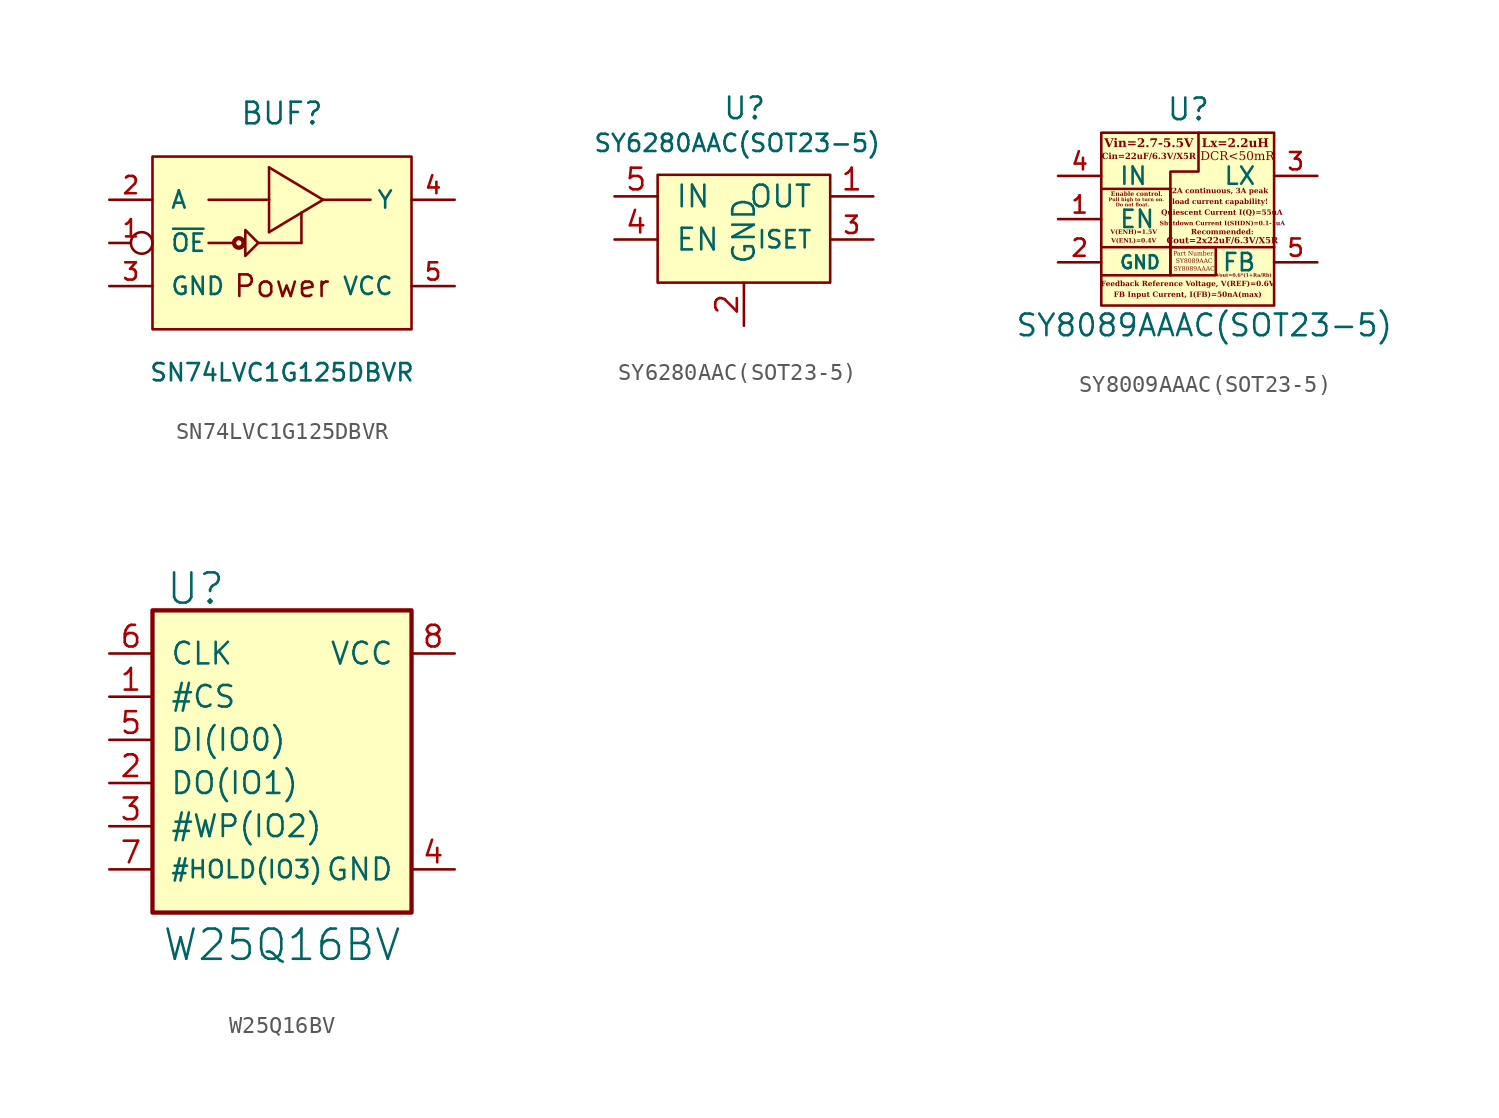
<source format=kicad_sym>
(kicad_symbol_lib
  (version 20220914)
  (generator kicad_symbol_editor)
  (symbol "SN74LVC1G125DBVR"
    (pin_names
      (offset 1.016))
    (property "Reference" "BUF"
      (at 0 7.62 0)
      (effects (font (size 1.27 1.27))))
    (property "Value" "SN74LVC1G125DBVR"
      (at 0 -7.62 0)
      (effects (font (size 1.016 1.016))))
    (symbol "SN74LVC1G125DBVR_0_1"
      (circle (center -2.54 0) (radius 0.279) (stroke (width 0.254) (type solid)) (fill (type none)))
      (polyline (pts (xy -2.921 0) (xy -4.318 0)) (stroke (width 0) (type solid)) (fill (type none)))
      (polyline (pts (xy -1.397 0) (xy -2.159 0.762) (xy -2.159 -0.762) (xy -1.397 0)) (stroke (width 0) (type solid)) (fill (type none))))
    (symbol "SN74LVC1G125DBVR_1_1"
      (rectangle (start -7.62 5.08) (end 7.62 -5.08) (stroke (width 0) (type solid)) (fill (type background)))
      (polyline (pts (xy -0.762 0.635) (xy 1.143 1.778)) (stroke (width 0) (type solid)) (fill (type none)))
      (polyline (pts (xy -0.762 2.54) (xy -4.318 2.54)) (stroke (width 0) (type solid)) (fill (type none)))
      (polyline (pts (xy -0.762 2.54) (xy -0.762 0.635)) (stroke (width 0) (type solid)) (fill (type none)))
      (polyline (pts (xy -0.762 4.445) (xy -0.762 2.54)) (stroke (width 0) (type solid)) (fill (type none)))
      (polyline (pts (xy -0.762 4.445) (xy 2.413 2.54)) (stroke (width 0) (type solid)) (fill (type none)))
      (polyline (pts (xy 1.143 0) (xy -1.397 0)) (stroke (width 0) (type solid)) (fill (type none)))
      (polyline (pts (xy 1.143 0) (xy 1.143 1.778)) (stroke (width 0) (type solid)) (fill (type none)))
      (polyline (pts (xy 1.143 1.778) (xy 2.413 2.54)) (stroke (width 0) (type solid)) (fill (type none)))
      (polyline (pts (xy 2.413 2.54) (xy 5.207 2.54)) (stroke (width 0) (type solid)) (fill (type none)))
      (text "Power" (at 0 -2.54 0) (effects (font (size 1.27 1.27))))
      (pin input inverted (at -10.16 0 0) (length 2.54) (name "~{OE}" (effects (font (size 1.016 1.016)))) (number "1" (effects (font (size 1.016 1.016)))))
      (pin input line (at -10.16 2.54 0) (length 2.54) (name "A" (effects (font (size 1.016 1.016)))) (number "2" (effects (font (size 1.016 1.016)))))
      (pin power_in line (at -10.16 -2.54 0) (length 2.54) (name "GND" (effects (font (size 1.016 1.016)))) (number "3" (effects (font (size 1.016 1.016)))))
      (pin output line (at 10.16 2.54 180) (length 2.54) (name "Y" (effects (font (size 1.016 1.016)))) (number "4" (effects (font (size 1.016 1.016)))))
      (pin power_in line (at 10.16 -2.54 180) (length 2.54) (name "VCC" (effects (font (size 1.016 1.016)))) (number "5" (effects (font (size 1.016 1.016)))))))
  (symbol "SY6280AAC(SOT23-5)"
    (pin_names
      (offset 1.016))
    (property "Reference" "U"
      (at -1.27 6.985 0)
      (effects (font (size 1.27 1.27)) (justify left bottom)))
    (property "Value" "SY6280AAC(SOT23-5)"
      (at -8.89 5.08 0)
      (effects (font (size 1.016 1.016)) (justify left bottom)))
    (property "Datasheet" ""
      (at 0 5.08 0)
      (effects (font (size 1.524 1.524))))
    (property "ki_locked" ""
      (at 0 0 0)
      (effects (font (size 1.27 1.27))))
    (symbol "SY6280AAC(SOT23-5)_0_1"
      (rectangle (start -5.08 3.81) (end 5.08 -2.54) (stroke (width 0) (type solid)) (fill (type background))))
    (symbol "SY6280AAC(SOT23-5)_1_1"
      (pin output line (at 7.62 2.54 180) (length 2.54) (name "OUT" (effects (font (size 1.27 1.27)))) (number "1" (effects (font (size 1.27 1.27)))))
      (pin power_in line (at 0 -5.08 90) (length 2.54) (name "GND" (effects (font (size 1.27 1.27)))) (number "2" (effects (font (size 1.27 1.27)))))
      (pin input line (at 7.62 0 180) (length 2.54) (name "ISET" (effects (font (size 1.016 1.016)))) (number "3" (effects (font (size 1.016 1.016)))))
      (pin input line (at -7.62 0 0) (length 2.54) (name "EN" (effects (font (size 1.27 1.27)))) (number "4" (effects (font (size 1.27 1.27)))))
      (pin power_in line (at -7.62 2.54 0) (length 2.54) (name "IN" (effects (font (size 1.27 1.27)))) (number "5" (effects (font (size 1.27 1.27)))))))
  (symbol "SY8009AAAC(SOT23-5)"
    (pin_names
      (offset 1.016))
    (property "Reference" "U"
      (at -1.27 5.715 0)
      (effects (font (size 1.27 1.27)) (justify left bottom)))
    (property "Value" "SY8089AAAC(SOT23-5)"
      (at -10.16 -6.985 0)
      (effects (font (size 1.27 1.27)) (justify left bottom)))
    (symbol "SY8009AAAC(SOT23-5)_0_0"
      (rectangle (start -1.016 -1.651) (end 1.651 -3.302) (stroke (width 0) (type solid)) (fill (type none)))
      (polyline (pts (xy -1.016 -1.651) (xy -1.016 -3.302) (xy -5.08 -3.302)) (stroke (width 0) (type solid)) (fill (type none)))
      (polyline (pts (xy -5.08 1.778) (xy -1.016 1.778) (xy -1.016 0.254) (xy -1.016 -1.651) (xy -5.08 -1.651)) (stroke (width 0) (type solid)) (fill (type none)))
      (polyline (pts (xy 0.635 5.08) (xy 0.635 4.191) (xy 0.635 2.794) (xy -1.016 2.794) (xy -1.016 1.016) (xy -1.016 -1.651) (xy 5.08 -1.651)) (stroke (width 0) (type solid)) (fill (type none))))
    (symbol "SY8009AAAC(SOT23-5)_0_1"
      (rectangle (start -5.08 5.08) (end 5.08 -5.08) (stroke (width 0) (type solid)) (fill (type background))))
    (symbol "SY8009AAAC(SOT23-5)_1_0"
      (text "2A continuous, 3A peak" (at 1.905 1.651 0) (effects (font (face "Liberation Serif") (size 0.305 0.305) bold)))
      (text "Cin=22uF/6.3V/X5R" (at -2.286 3.683 0) (effects (font (face "Liberation Serif") (size 0.356 0.356) bold)))
      (text "Cout=2x22uF/6.3V/X5R" (at 2.032 -1.27 0) (effects (font (face "Liberation Serif") (size 0.356 0.356) bold)))
      (text "DCR<50mR" (at 2.921 3.683 0) (effects (font (face "Liberation Serif") (size 0.508 0.508))))
      (text "Do not float." (at -3.251 0.838 0) (effects (font (face "Liberation Serif") (size 0.203 0.203) bold)))
      (text "Enable control." (at -2.997 1.473 0) (effects (font (face "Liberation Serif") (size 0.254 0.254) bold)))
      (text "FB Input Current, I(FB)=50nA(max)" (at 0 -4.445 0) (effects (font (face "Liberation Serif") (size 0.305 0.305) bold)))
      (text "Feedback Reference Voltage, V(REF)=0.6V" (at 0 -3.81 0) (effects (font (face "Liberation Serif") (size 0.305 0.305) bold)))
      (text "load current capability!" (at 1.905 1.016 0) (effects (font (face "Liberation Serif") (size 0.305 0.305) bold)))
      (text "Lx=2.2uH" (at 2.794 4.445 0) (effects (font (face "Liberation Serif") (size 0.508 0.508) bold)))
      (text "Part Number:" (at 0.381 -2.032 0) (effects (font (face "Liberation Serif") (size 0.254 0.254) italic)))
      (text "Pull high to turn on." (at -3.023 1.143 0) (effects (font (face "Liberation Serif") (size 0.203 0.203) bold)))
      (text "Quiescent Current I(Q)=55uA" (at 2.007 0.381 0) (effects (font (face "Liberation Serif") (size 0.305 0.305) bold)))
      (text "Recommended:" (at 2.032 -0.762 0) (effects (font (face "Liberation Serif") (size 0.305 0.305) bold)))
      (text "Shutdown Current I(SHDN)=0.1-1uA" (at 2.032 -0.254 0) (effects (font (face "Liberation Serif") (size 0.254 0.254) bold)))
      (text "SY8089AAAC" (at 0.381 -2.921 0) (effects (font (face "Liberation Serif") (size 0.254 0.254) italic)))
      (text "SY8089AAC" (at 0.381 -2.464 0) (effects (font (face "Liberation Serif") (size 0.254 0.254) italic)))
      (text "V(ENH)=1.5V" (at -3.175 -0.762 0) (effects (font (face "Liberation Serif") (size 0.254 0.254) bold)))
      (text "V(ENL)=0.4V" (at -3.175 -1.27 0) (effects (font (face "Liberation Serif") (size 0.254 0.254) bold)))
      (text "Vin=2.7-5.5V" (at -2.286 4.445 0) (effects (font (face "Liberation Serif") (size 0.508 0.508) bold)))
      (text "Vout=0.6*(1+Ra/Rb)" (at 3.302 -3.302 0) (effects (font (face "Liberation Serif") (size 0.203 0.203) bold italic))))
    (symbol "SY8009AAAC(SOT23-5)_1_1"
      (pin input line (at -7.62 0 0) (length 2.54) (name "EN" (effects (font (size 1.016 1.016)))) (number "1" (effects (font (size 1.016 1.016)))))
      (pin power_in line (at -7.62 -2.54 0) (length 2.54) (name "GND" (effects (font (size 0.762 0.762)))) (number "2" (effects (font (size 1.016 1.016)))))
      (pin output line (at 7.62 2.54 180) (length 2.54) (name "LX" (effects (font (size 1.016 1.016)))) (number "3" (effects (font (size 1.016 1.016)))))
      (pin power_in line (at -7.62 2.54 0) (length 2.54) (name "IN" (effects (font (size 1.016 1.016)))) (number "4" (effects (font (size 1.016 1.016)))))
      (pin input line (at 7.62 -2.54 180) (length 2.54) (name "FB" (effects (font (size 1.016 1.016)))) (number "5" (effects (font (size 1.016 1.016)))))))
  (symbol "W25Q16BV"
    (pin_names
      (offset 1.016))
    (property "Reference" "U"
      (at -5.08 10.16 0)
      (effects (font (size 1.778 1.778))))
    (property "Value" "W25Q16BV"
      (at 0 -10.795 0)
      (effects (font (size 1.778 1.778))))
    (property "Footprint" ""
      (at -2.54 0 0)
      (effects (font (size 2.54 2.54))))
    (property "Datasheet" ""
      (at -2.54 0 0)
      (effects (font (size 2.54 2.54))))
    (symbol "W25Q16BV_0_1"
      (polyline (pts (xy 7.62 8.89) (xy 7.62 -8.89) (xy -7.62 -8.89) (xy -7.62 8.89) (xy 7.62 8.89)) (stroke (width 0.254) (type solid)) (fill (type background))))
    (symbol "W25Q16BV_1_1"
      (pin passive line (at -10.16 3.81 0) (length 2.54) (name "#CS" (effects (font (size 1.27 1.27)))) (number "1" (effects (font (size 1.27 1.27)))))
      (pin passive line (at -10.16 -1.27 0) (length 2.54) (name "DO(IO1)" (effects (font (size 1.27 1.27)))) (number "2" (effects (font (size 1.27 1.27)))))
      (pin passive line (at -10.16 -3.81 0) (length 2.54) (name "#WP(IO2)" (effects (font (size 1.27 1.27)))) (number "3" (effects (font (size 1.27 1.27)))))
      (pin power_in line (at 10.16 -6.35 180) (length 2.54) (name "GND" (effects (font (size 1.27 1.27)))) (number "4" (effects (font (size 1.27 1.27)))))
      (pin passive line (at -10.16 1.27 0) (length 2.54) (name "DI(IO0)" (effects (font (size 1.27 1.27)))) (number "5" (effects (font (size 1.27 1.27)))))
      (pin passive line (at -10.16 6.35 0) (length 2.54) (name "CLK" (effects (font (size 1.27 1.27)))) (number "6" (effects (font (size 1.27 1.27)))))
      (pin passive line (at -10.16 -6.35 0) (length 2.54) (name "#HOLD(IO3)" (effects (font (size 1.016 1.016)))) (number "7" (effects (font (size 1.27 1.27)))))
      (pin power_in line (at 10.16 6.35 180) (length 2.54) (name "VCC" (effects (font (size 1.27 1.27)))) (number "8" (effects (font (size 1.27 1.27))))))))
</source>
